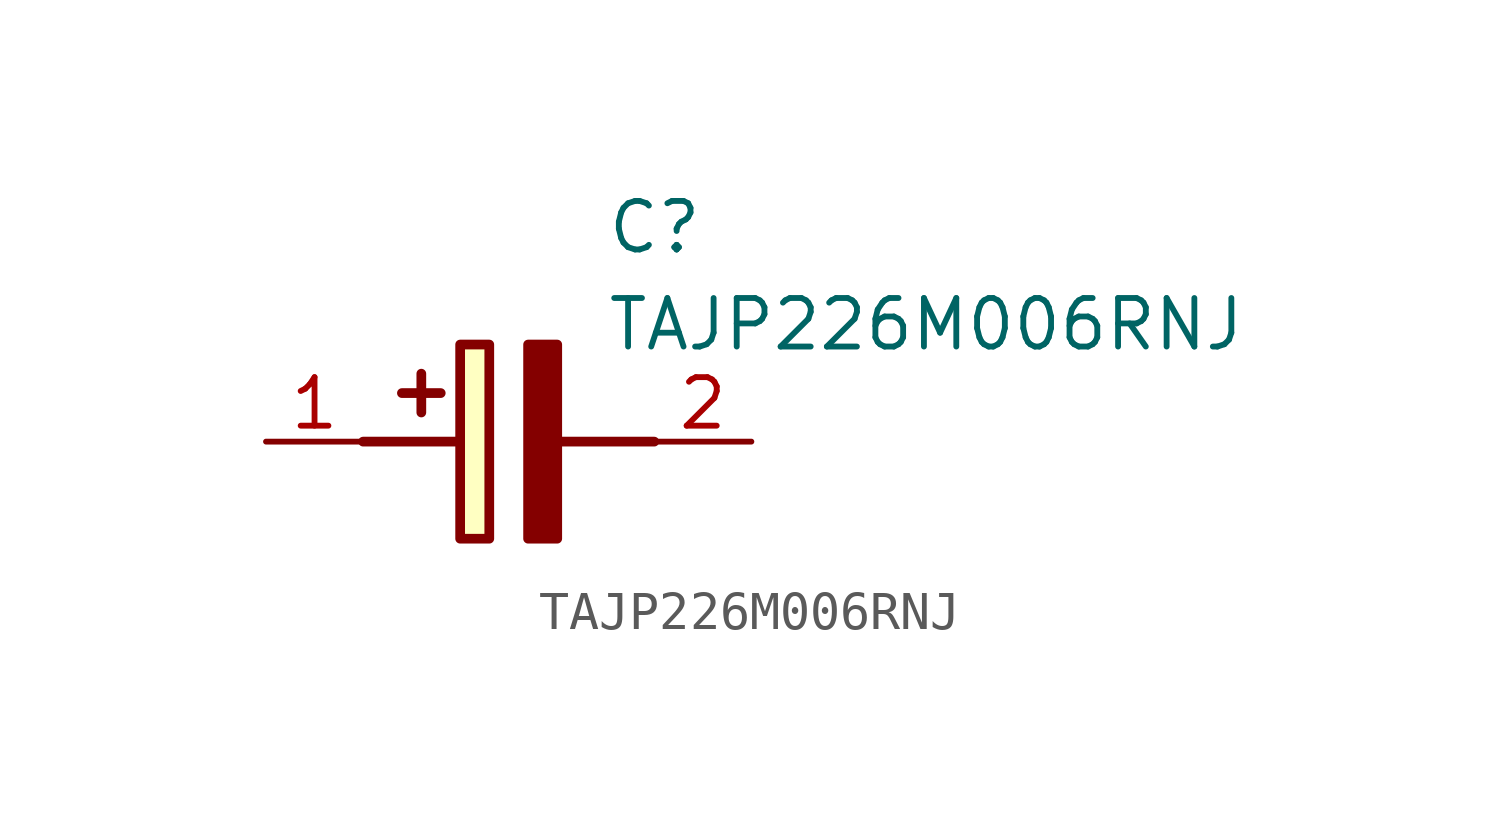
<source format=kicad_sym>
(kicad_symbol_lib
  (version 20211014)
  (generator SamacSys_ECAD_Model)
  (symbol "TAJP226M006RNJ"
    (pin_names hide)
    (property "Reference" "C"
      (at 8.89 6.35 0)
      (effects (font (size 1.27 1.27)) (justify left top)))
    (property "Value" "TAJP226M006RNJ"
      (at 8.89 3.81 0)
      (effects (font (size 1.27 1.27)) (justify left top)))
    (rectangle
      (start 5.08 2.54)
      (end 5.842 -2.54)
      (stroke (width 0.254) (type default))
      (fill (type background)))
    (polyline
      (pts (xy 4.572 1.27) (xy 3.556 1.27))
      (stroke (width 0.254) (type default))
      (fill (type none)))
    (polyline
      (pts (xy 4.064 1.778) (xy 4.064 0.762))
      (stroke (width 0.254) (type default))
      (fill (type none)))
    (polyline
      (pts (xy 2.54 0) (xy 5.08 0))
      (stroke (width 0.254) (type default))
      (fill (type none)))
    (polyline
      (pts (xy 7.62 0) (xy 10.16 0))
      (stroke (width 0.254) (type default))
      (fill (type none)))
    (polyline
      (pts (xy 7.62 2.54) (xy 7.62 -2.54) (xy 6.858 -2.54) (xy 6.858 2.54) (xy 7.62 2.54))
      (stroke (width 0.254) (type default))
      (fill (type outline)))
    (pin passive line
      (at 0 0 0)
      (length 2.54)
      (name "+" (effects (font (size 1.27 1.27))))
      (number "1" (effects (font (size 1.27 1.27)))))
    (pin passive line
      (at 12.7 0 180)
      (length 2.54)
      (name "-" (effects (font (size 1.27 1.27))))
      (number "2" (effects (font (size 1.27 1.27)))))))
</source>
